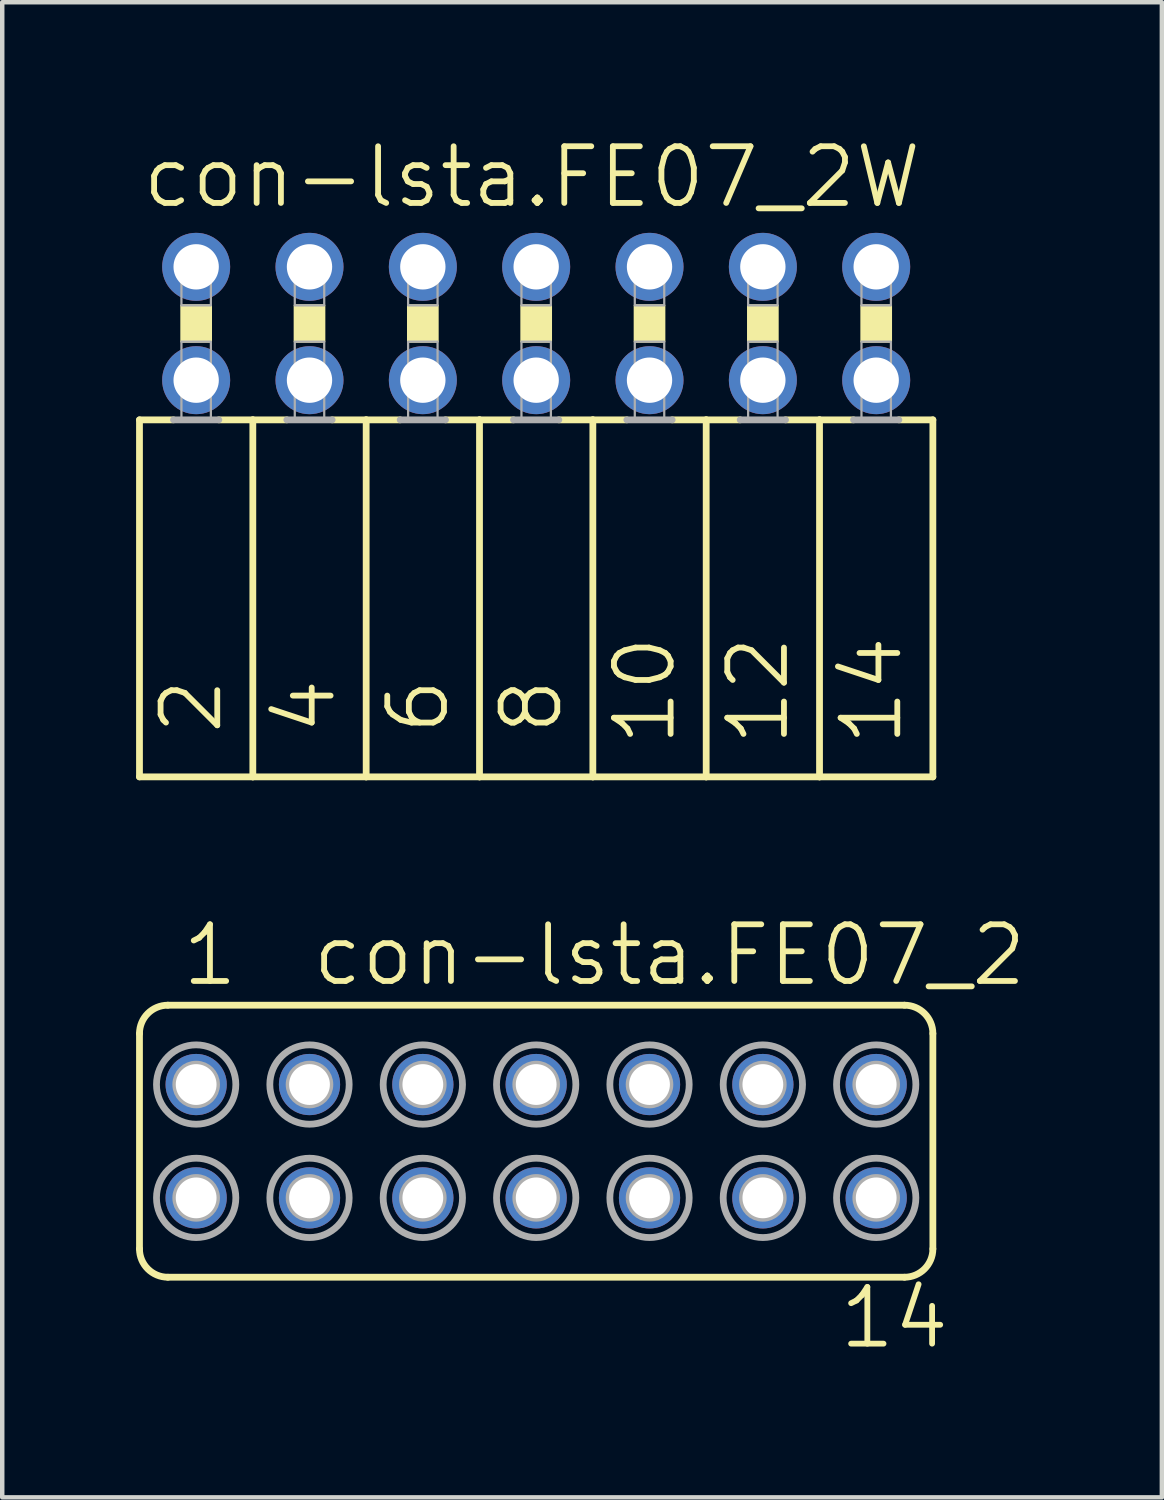
<source format=kicad_pcb>
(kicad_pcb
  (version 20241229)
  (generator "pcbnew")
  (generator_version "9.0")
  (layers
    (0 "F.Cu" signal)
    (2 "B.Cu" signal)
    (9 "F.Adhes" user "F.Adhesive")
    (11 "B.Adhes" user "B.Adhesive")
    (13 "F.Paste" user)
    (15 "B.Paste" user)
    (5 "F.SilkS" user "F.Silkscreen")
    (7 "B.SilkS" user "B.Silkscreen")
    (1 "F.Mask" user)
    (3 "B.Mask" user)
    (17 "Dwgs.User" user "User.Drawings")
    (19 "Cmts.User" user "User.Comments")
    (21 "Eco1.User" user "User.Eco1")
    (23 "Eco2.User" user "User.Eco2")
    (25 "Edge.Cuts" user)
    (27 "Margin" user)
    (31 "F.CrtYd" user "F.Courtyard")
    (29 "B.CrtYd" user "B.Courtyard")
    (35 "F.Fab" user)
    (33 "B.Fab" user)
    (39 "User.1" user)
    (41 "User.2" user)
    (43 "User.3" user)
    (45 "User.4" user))
  (footprint "con-lsta.FE07_2W"
    (layer "F.Cu")
    (at 8.966 4.2)
    (property "Reference" "con-lsta.FE07_2W" (at -8.89 -2.54 0) (layer "F.SilkS") (effects (font (size 1.27 1.27) (thickness 0.13)) (justify left bottom)))
    (attr through_hole)
    (fp_line (start -8.89 2.159) (end -8.89 10.16) (stroke (width 0.152) (type default)) (layer "F.SilkS"))
    (fp_line (start -8.89 2.159) (end -8.128 2.159) (stroke (width 0.152) (type default)) (layer "F.SilkS"))
    (fp_line (start -7.112 2.159) (end -6.35 2.159) (stroke (width 0.152) (type default)) (layer "F.SilkS"))
    (fp_line (start -6.35 2.159) (end -6.35 10.16) (stroke (width 0.152) (type default)) (layer "F.SilkS"))
    (fp_line (start -6.35 2.159) (end -5.588 2.159) (stroke (width 0.152) (type default)) (layer "F.SilkS"))
    (fp_line (start -6.35 10.16) (end -8.89 10.16) (stroke (width 0.152) (type default)) (layer "F.SilkS"))
    (fp_line (start -4.572 2.159) (end -3.81 2.159) (stroke (width 0.152) (type default)) (layer "F.SilkS"))
    (fp_line (start -3.81 2.159) (end -3.81 10.16) (stroke (width 0.152) (type default)) (layer "F.SilkS"))
    (fp_line (start -3.81 2.159) (end -3.048 2.159) (stroke (width 0.152) (type default)) (layer "F.SilkS"))
    (fp_line (start -3.81 10.16) (end -6.35 10.16) (stroke (width 0.152) (type default)) (layer "F.SilkS"))
    (fp_line (start -2.032 2.159) (end -1.27 2.159) (stroke (width 0.152) (type default)) (layer "F.SilkS"))
    (fp_line (start -1.27 2.159) (end -1.27 10.16) (stroke (width 0.152) (type default)) (layer "F.SilkS"))
    (fp_line (start -1.27 10.16) (end -3.81 10.16) (stroke (width 0.152) (type default)) (layer "F.SilkS"))
    (fp_line (start -0.508 2.159) (end -1.27 2.159) (stroke (width 0.152) (type default)) (layer "F.SilkS"))
    (fp_line (start 1.27 2.159) (end 0.508 2.159) (stroke (width 0.152) (type default)) (layer "F.SilkS"))
    (fp_line (start 1.27 2.159) (end 1.27 10.16) (stroke (width 0.152) (type default)) (layer "F.SilkS"))
    (fp_line (start 1.27 2.159) (end 2.032 2.159) (stroke (width 0.152) (type default)) (layer "F.SilkS"))
    (fp_line (start 1.27 10.16) (end -1.27 10.16) (stroke (width 0.152) (type default)) (layer "F.SilkS"))
    (fp_line (start 3.048 2.159) (end 3.81 2.159) (stroke (width 0.152) (type default)) (layer "F.SilkS"))
    (fp_line (start 3.81 2.159) (end 3.81 10.16) (stroke (width 0.152) (type default)) (layer "F.SilkS"))
    (fp_line (start 3.81 2.159) (end 4.572 2.159) (stroke (width 0.152) (type default)) (layer "F.SilkS"))
    (fp_line (start 3.81 10.16) (end 1.27 10.16) (stroke (width 0.152) (type default)) (layer "F.SilkS"))
    (fp_line (start 5.588 2.159) (end 6.35 2.159) (stroke (width 0.152) (type default)) (layer "F.SilkS"))
    (fp_line (start 6.35 2.159) (end 6.35 10.16) (stroke (width 0.152) (type default)) (layer "F.SilkS"))
    (fp_line (start 6.35 2.159) (end 7.112 2.159) (stroke (width 0.152) (type default)) (layer "F.SilkS"))
    (fp_line (start 6.35 10.16) (end 3.81 10.16) (stroke (width 0.152) (type default)) (layer "F.SilkS"))
    (fp_line (start 8.128 2.159) (end 8.89 2.159) (stroke (width 0.152) (type default)) (layer "F.SilkS"))
    (fp_line (start 8.89 2.159) (end 8.89 10.16) (stroke (width 0.152) (type default)) (layer "F.SilkS"))
    (fp_line (start 8.89 10.16) (end 6.35 10.16) (stroke (width 0.152) (type default)) (layer "F.SilkS"))
    (fp_rect (start -7.95 0.406) (end -7.29 -0.406) (stroke (width 0.05) (type default)) (fill yes) (layer "F.SilkS"))
    (fp_rect (start -5.41 0.406) (end -4.75 -0.406) (stroke (width 0.05) (type default)) (fill yes) (layer "F.SilkS"))
    (fp_rect (start -2.87 0.406) (end -2.21 -0.406) (stroke (width 0.05) (type default)) (fill yes) (layer "F.SilkS"))
    (fp_rect (start -0.33 0.406) (end 0.33 -0.406) (stroke (width 0.05) (type default)) (fill yes) (layer "F.SilkS"))
    (fp_rect (start 2.21 0.406) (end 2.87 -0.406) (stroke (width 0.05) (type default)) (fill yes) (layer "F.SilkS"))
    (fp_rect (start 4.75 0.406) (end 5.41 -0.406) (stroke (width 0.05) (type default)) (fill yes) (layer "F.SilkS"))
    (fp_rect (start 7.29 0.406) (end 7.95 -0.406) (stroke (width 0.05) (type default)) (fill yes) (layer "F.SilkS"))
    (fp_line (start -8.128 2.159) (end -7.112 2.159) (stroke (width 0.152) (type default)) (layer "F.Fab"))
    (fp_line (start -5.588 2.159) (end -4.572 2.159) (stroke (width 0.152) (type default)) (layer "F.Fab"))
    (fp_line (start -3.048 2.159) (end -2.032 2.159) (stroke (width 0.152) (type default)) (layer "F.Fab"))
    (fp_line (start 0.508 2.159) (end -0.508 2.159) (stroke (width 0.152) (type default)) (layer "F.Fab"))
    (fp_line (start 2.032 2.159) (end 3.048 2.159) (stroke (width 0.152) (type default)) (layer "F.Fab"))
    (fp_line (start 4.572 2.159) (end 5.588 2.159) (stroke (width 0.152) (type default)) (layer "F.Fab"))
    (fp_line (start 7.112 2.159) (end 8.128 2.159) (stroke (width 0.152) (type default)) (layer "F.Fab"))
    (fp_rect (start -7.95 -0.406) (end -7.29 -1.575) (stroke (width 0.05) (type default)) (fill no) (layer "F.Fab"))
    (fp_rect (start -7.95 2.134) (end -7.29 0.406) (stroke (width 0.05) (type default)) (fill no) (layer "F.Fab"))
    (fp_rect (start -5.41 -0.406) (end -4.75 -1.575) (stroke (width 0.05) (type default)) (fill no) (layer "F.Fab"))
    (fp_rect (start -5.41 2.134) (end -4.75 0.406) (stroke (width 0.05) (type default)) (fill no) (layer "F.Fab"))
    (fp_rect (start -2.87 -0.406) (end -2.21 -1.575) (stroke (width 0.05) (type default)) (fill no) (layer "F.Fab"))
    (fp_rect (start -2.87 2.134) (end -2.21 0.406) (stroke (width 0.05) (type default)) (fill no) (layer "F.Fab"))
    (fp_rect (start -0.33 -0.406) (end 0.33 -1.575) (stroke (width 0.05) (type default)) (fill no) (layer "F.Fab"))
    (fp_rect (start -0.33 2.134) (end 0.33 0.406) (stroke (width 0.05) (type default)) (fill no) (layer "F.Fab"))
    (fp_rect (start 2.21 -0.406) (end 2.87 -1.575) (stroke (width 0.05) (type default)) (fill no) (layer "F.Fab"))
    (fp_rect (start 2.21 2.134) (end 2.87 0.406) (stroke (width 0.05) (type default)) (fill no) (layer "F.Fab"))
    (fp_rect (start 4.75 -0.406) (end 5.41 -1.575) (stroke (width 0.05) (type default)) (fill no) (layer "F.Fab"))
    (fp_rect (start 4.75 2.134) (end 5.41 0.406) (stroke (width 0.05) (type default)) (fill no) (layer "F.Fab"))
    (fp_rect (start 7.29 -0.406) (end 7.95 -1.575) (stroke (width 0.05) (type default)) (fill no) (layer "F.Fab"))
    (fp_rect (start 7.29 2.134) (end 7.95 0.406) (stroke (width 0.05) (type default)) (fill no) (layer "F.Fab"))
    (fp_text user "12" (at 5.715 9.525 90) (layer "F.SilkS") (effects (font (size 1.27 1.27) (thickness 0.13)) (justify left bottom)))
    (fp_text user "4" (at -4.445 9.271 90) (layer "F.SilkS") (effects (font (size 1.27 1.27) (thickness 0.13)) (justify left bottom)))
    (fp_text user "10" (at 3.175 9.525 90) (layer "F.SilkS") (effects (font (size 1.27 1.27) (thickness 0.13)) (justify left bottom)))
    (fp_text user "8" (at 0.635 9.271 90) (layer "F.SilkS") (effects (font (size 1.27 1.27) (thickness 0.13)) (justify left bottom)))
    (fp_text user "2" (at -6.985 9.271 90) (layer "F.SilkS") (effects (font (size 1.27 1.27) (thickness 0.13)) (justify left bottom)))
    (fp_text user "14" (at 8.255 9.525 90) (layer "F.SilkS") (effects (font (size 1.27 1.27) (thickness 0.13)) (justify left bottom)))
    (fp_text user "6" (at -1.905 9.271 90) (layer "F.SilkS") (effects (font (size 1.27 1.27) (thickness 0.13)) (justify left bottom)))
    (pad "1" thru_hole circle (at -7.62 -1.27) (size 1.524 1.524) (drill 1.016) (layers "*.Cu" "*.Mask"))
    (pad "2" thru_hole circle (at -7.62 1.27) (size 1.524 1.524) (drill 1.016) (layers "*.Cu" "*.Mask"))
    (pad "3" thru_hole circle (at -5.08 -1.27) (size 1.524 1.524) (drill 1.016) (layers "*.Cu" "*.Mask"))
    (pad "4" thru_hole circle (at -5.08 1.27) (size 1.524 1.524) (drill 1.016) (layers "*.Cu" "*.Mask"))
    (pad "5" thru_hole circle (at -2.54 -1.27) (size 1.524 1.524) (drill 1.016) (layers "*.Cu" "*.Mask"))
    (pad "6" thru_hole circle (at -2.54 1.27) (size 1.524 1.524) (drill 1.016) (layers "*.Cu" "*.Mask"))
    (pad "7" thru_hole circle (at 0 -1.27) (size 1.524 1.524) (drill 1.016) (layers "*.Cu" "*.Mask"))
    (pad "8" thru_hole circle (at 0 1.27) (size 1.524 1.524) (drill 1.016) (layers "*.Cu" "*.Mask"))
    (pad "9" thru_hole circle (at 2.54 -1.27) (size 1.524 1.524) (drill 1.016) (layers "*.Cu" "*.Mask"))
    (pad "10" thru_hole circle (at 2.54 1.27) (size 1.524 1.524) (drill 1.016) (layers "*.Cu" "*.Mask"))
    (pad "11" thru_hole circle (at 5.08 -1.27) (size 1.524 1.524) (drill 1.016) (layers "*.Cu" "*.Mask"))
    (pad "12" thru_hole circle (at 5.08 1.27) (size 1.524 1.524) (drill 1.016) (layers "*.Cu" "*.Mask"))
    (pad "13" thru_hole circle (at 7.62 -1.27) (size 1.524 1.524) (drill 1.016) (layers "*.Cu" "*.Mask"))
    (pad "14" thru_hole circle (at 7.62 1.27) (size 1.524 1.524) (drill 1.016) (layers "*.Cu" "*.Mask")))
  (footprint "con-lsta.FE07_2"
    (layer "F.Cu")
    (at 8.966 22.525)
    (property "Reference" "con-lsta.FE07_2" (at -5.08 -3.429 0) (layer "F.SilkS") (effects (font (size 1.27 1.27) (thickness 0.13)) (justify left bottom)))
    (attr through_hole)
    (fp_line (start -8.89 2.413) (end -8.89 -2.413) (stroke (width 0.152) (type default)) (layer "F.SilkS"))
    (fp_line (start -8.255 -3.048) (end 8.255 -3.048) (stroke (width 0.152) (type default)) (layer "F.SilkS"))
    (fp_line (start -8.255 3.048) (end 8.255 3.048) (stroke (width 0.152) (type default)) (layer "F.SilkS"))
    (fp_line (start 8.89 2.413) (end 8.89 -2.413) (stroke (width 0.152) (type default)) (layer "F.SilkS"))
    (fp_arc (start -8.89 -2.413) (mid -8.704013 -2.862013) (end -8.255 -3.048) (stroke (width 0.1524) (type default)) (layer "F.SilkS"))
    (fp_arc (start -8.255 3.048) (mid -8.704013 2.862013) (end -8.89 2.413) (stroke (width 0.1524) (type default)) (layer "F.SilkS"))
    (fp_arc (start 8.255 -3.048) (mid 8.704013 -2.862013) (end 8.89 -2.413) (stroke (width 0.1524) (type default)) (layer "F.SilkS"))
    (fp_arc (start 8.89 2.413) (mid 8.704013 2.862013) (end 8.255 3.048) (stroke (width 0.1524) (type default)) (layer "F.SilkS"))
    (fp_circle (center -7.62 -1.27) (end -7.493 -1.27) (stroke (width 0.406) (type default)) (fill no) (layer "F.Fab"))
    (fp_circle (center -7.62 -1.27) (end -6.731 -1.27) (stroke (width 0.152) (type default)) (fill no) (layer "F.Fab"))
    (fp_circle (center -7.62 1.27) (end -7.493 1.27) (stroke (width 0.406) (type default)) (fill no) (layer "F.Fab"))
    (fp_circle (center -7.62 1.27) (end -6.731 1.27) (stroke (width 0.152) (type default)) (fill no) (layer "F.Fab"))
    (fp_circle (center -5.08 -1.27) (end -4.953 -1.27) (stroke (width 0.406) (type default)) (fill no) (layer "F.Fab"))
    (fp_circle (center -5.08 -1.27) (end -4.191 -1.27) (stroke (width 0.152) (type default)) (fill no) (layer "F.Fab"))
    (fp_circle (center -5.08 1.27) (end -4.953 1.27) (stroke (width 0.406) (type default)) (fill no) (layer "F.Fab"))
    (fp_circle (center -5.08 1.27) (end -4.191 1.27) (stroke (width 0.152) (type default)) (fill no) (layer "F.Fab"))
    (fp_circle (center -2.54 -1.27) (end -2.413 -1.27) (stroke (width 0.406) (type default)) (fill no) (layer "F.Fab"))
    (fp_circle (center -2.54 -1.27) (end -1.651 -1.27) (stroke (width 0.152) (type default)) (fill no) (layer "F.Fab"))
    (fp_circle (center -2.54 1.27) (end -2.413 1.27) (stroke (width 0.406) (type default)) (fill no) (layer "F.Fab"))
    (fp_circle (center -2.54 1.27) (end -1.651 1.27) (stroke (width 0.152) (type default)) (fill no) (layer "F.Fab"))
    (fp_circle (center 0 -1.27) (end 0.127 -1.27) (stroke (width 0.406) (type default)) (fill no) (layer "F.Fab"))
    (fp_circle (center 0 -1.27) (end 0.889 -1.27) (stroke (width 0.152) (type default)) (fill no) (layer "F.Fab"))
    (fp_circle (center 0 1.27) (end 0.127 1.27) (stroke (width 0.406) (type default)) (fill no) (layer "F.Fab"))
    (fp_circle (center 0 1.27) (end 0.889 1.27) (stroke (width 0.152) (type default)) (fill no) (layer "F.Fab"))
    (fp_circle (center 2.54 -1.27) (end 2.667 -1.27) (stroke (width 0.406) (type default)) (fill no) (layer "F.Fab"))
    (fp_circle (center 2.54 -1.27) (end 3.429 -1.27) (stroke (width 0.152) (type default)) (fill no) (layer "F.Fab"))
    (fp_circle (center 2.54 1.27) (end 2.667 1.27) (stroke (width 0.406) (type default)) (fill no) (layer "F.Fab"))
    (fp_circle (center 2.54 1.27) (end 3.429 1.27) (stroke (width 0.152) (type default)) (fill no) (layer "F.Fab"))
    (fp_circle (center 5.08 -1.27) (end 5.207 -1.27) (stroke (width 0.406) (type default)) (fill no) (layer "F.Fab"))
    (fp_circle (center 5.08 -1.27) (end 5.969 -1.27) (stroke (width 0.152) (type default)) (fill no) (layer "F.Fab"))
    (fp_circle (center 5.08 1.27) (end 5.207 1.27) (stroke (width 0.406) (type default)) (fill no) (layer "F.Fab"))
    (fp_circle (center 5.08 1.27) (end 5.969 1.27) (stroke (width 0.152) (type default)) (fill no) (layer "F.Fab"))
    (fp_circle (center 7.62 -1.27) (end 7.747 -1.27) (stroke (width 0.406) (type default)) (fill no) (layer "F.Fab"))
    (fp_circle (center 7.62 -1.27) (end 8.509 -1.27) (stroke (width 0.152) (type default)) (fill no) (layer "F.Fab"))
    (fp_circle (center 7.62 1.27) (end 7.747 1.27) (stroke (width 0.406) (type default)) (fill no) (layer "F.Fab"))
    (fp_circle (center 7.62 1.27) (end 8.509 1.27) (stroke (width 0.152) (type default)) (fill no) (layer "F.Fab"))
    (fp_text user "1" (at -8.001 -3.429 0) (layer "F.SilkS") (effects (font (size 1.27 1.27) (thickness 0.13)) (justify left bottom)))
    (fp_text user "14" (at 6.731 4.699 0) (layer "F.SilkS") (effects (font (size 1.27 1.27) (thickness 0.13)) (justify left bottom)))
    (pad "1" thru_hole circle (at -7.62 -1.27) (size 1.372 1.372) (drill 0.914) (layers "*.Cu" "*.Mask"))
    (pad "2" thru_hole circle (at -7.62 1.27) (size 1.372 1.372) (drill 0.914) (layers "*.Cu" "*.Mask"))
    (pad "3" thru_hole circle (at -5.08 -1.27) (size 1.372 1.372) (drill 0.914) (layers "*.Cu" "*.Mask"))
    (pad "4" thru_hole circle (at -5.08 1.27) (size 1.372 1.372) (drill 0.914) (layers "*.Cu" "*.Mask"))
    (pad "5" thru_hole circle (at -2.54 -1.27) (size 1.372 1.372) (drill 0.914) (layers "*.Cu" "*.Mask"))
    (pad "6" thru_hole circle (at -2.54 1.27) (size 1.372 1.372) (drill 0.914) (layers "*.Cu" "*.Mask"))
    (pad "7" thru_hole circle (at 0 -1.27) (size 1.372 1.372) (drill 0.914) (layers "*.Cu" "*.Mask"))
    (pad "8" thru_hole circle (at 0 1.27) (size 1.372 1.372) (drill 0.914) (layers "*.Cu" "*.Mask"))
    (pad "9" thru_hole circle (at 2.54 -1.27) (size 1.372 1.372) (drill 0.914) (layers "*.Cu" "*.Mask"))
    (pad "10" thru_hole circle (at 2.54 1.27) (size 1.372 1.372) (drill 0.914) (layers "*.Cu" "*.Mask"))
    (pad "11" thru_hole circle (at 5.08 -1.27) (size 1.372 1.372) (drill 0.914) (layers "*.Cu" "*.Mask"))
    (pad "12" thru_hole circle (at 5.08 1.27) (size 1.372 1.372) (drill 0.914) (layers "*.Cu" "*.Mask"))
    (pad "13" thru_hole circle (at 7.62 -1.27) (size 1.372 1.372) (drill 0.914) (layers "*.Cu" "*.Mask"))
    (pad "14" thru_hole circle (at 7.62 1.27) (size 1.372 1.372) (drill 0.914) (layers "*.Cu" "*.Mask")))
  (gr_rect
    (start -3 -3)
    (end 22.988 30.506)
    (stroke (width 0.1) (type default))
    (fill no)
    (layer "Edge.Cuts")))
</source>
